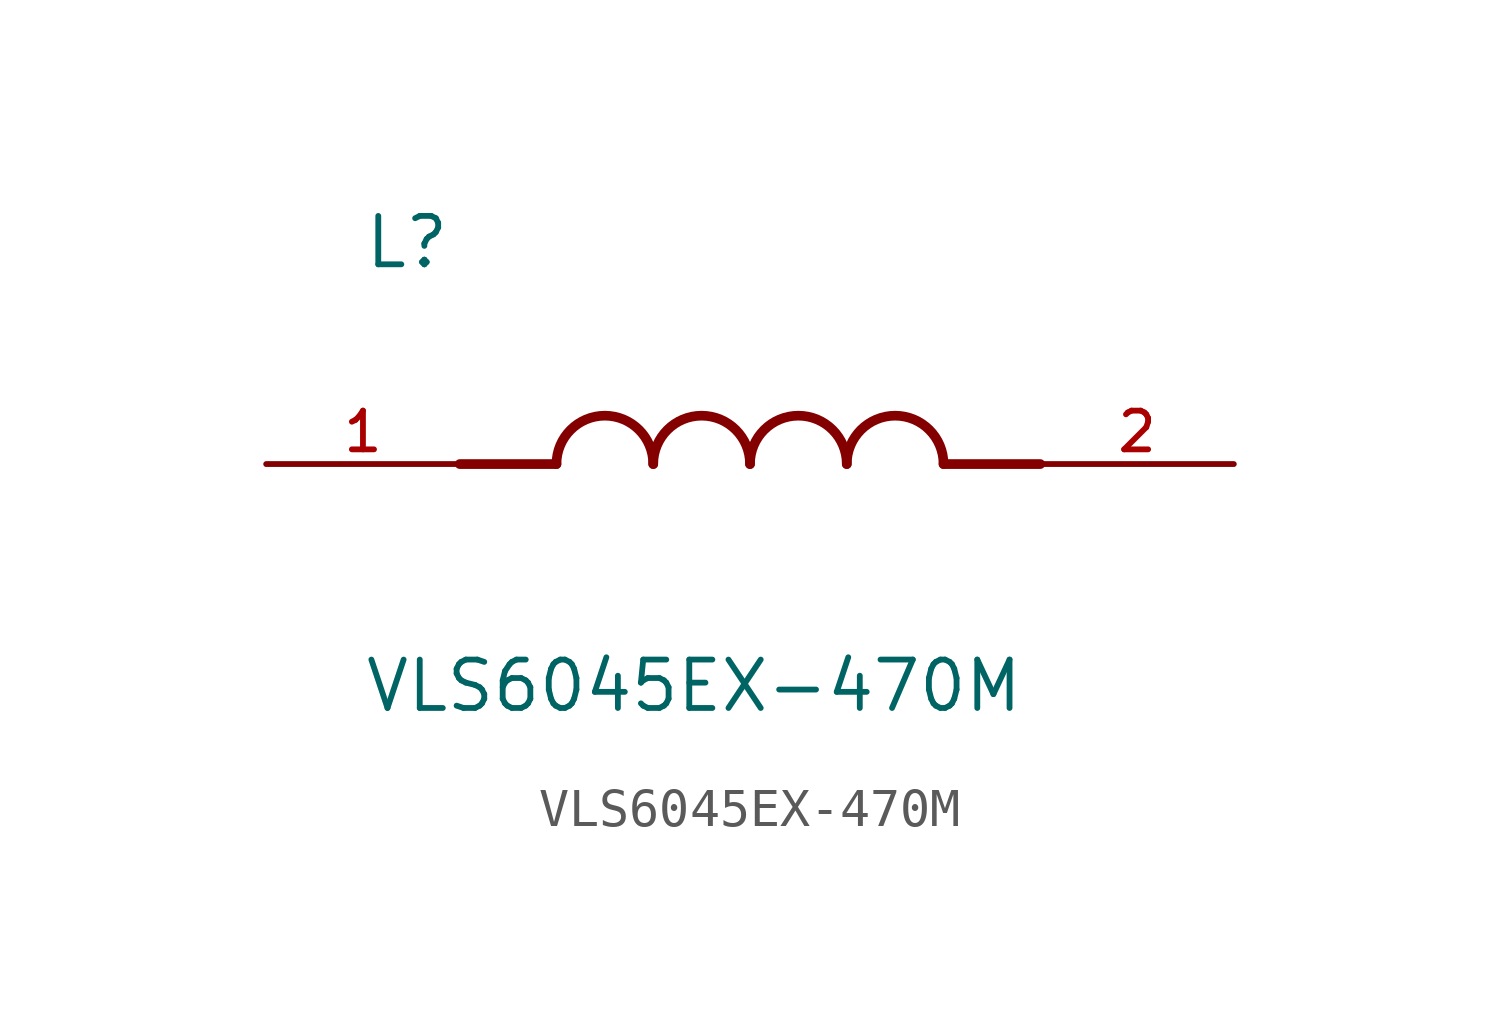
<source format=kicad_sym>
(kicad_symbol_lib
  (version 20211014)
  (generator kicad_symbol_editor)
  (symbol "VLS6045EX-470M"
    (pin_names
      (offset 1.016))
    (property "Reference" "L"
      (at -10.16 5.08 0)
      (effects (font (size 1.27 1.27)) (justify bottom left)))
    (property "Value" "VLS6045EX-470M"
      (at -10.16 -5.08 0)
      (effects (font (size 1.27 1.27)) (justify top left)))
    (symbol "VLS6045EX-470M_0_0"
      (polyline (pts (xy -5.08 0.0) (xy -7.62 0.0)) (stroke (width 0.254)))
      (polyline (pts (xy 5.08 0.0) (xy 7.62 0.0)) (stroke (width 0.254)))
      (arc (start -2.54 0.0) (mid -3.81 1.27) (end -5.08 0.0) (stroke (width 0.254) (type default) (color 0 0 0 0)) (fill (type none)))
      (arc (start 0.0 0.0) (mid -1.27 1.27) (end -2.54 0.0) (stroke (width 0.254) (type default) (color 0 0 0 0)) (fill (type none)))
      (arc (start 2.54 0.0) (mid 1.27 1.27) (end 0.0 0.0) (stroke (width 0.254) (type default) (color 0 0 0 0)) (fill (type none)))
      (arc (start 5.08 0.0) (mid 3.81 1.27) (end 2.54 0.0) (stroke (width 0.254) (type default) (color 0 0 0 0)) (fill (type none)))
      (pin passive line (at -12.7 0.0 0) (length 5.08) (name "~" (effects (font (size 1.016 1.016)))) (number "1" (effects (font (size 1.016 1.016)))))
      (pin passive line (at 12.7 0.0 180.0) (length 5.08) (name "~" (effects (font (size 1.016 1.016)))) (number "2" (effects (font (size 1.016 1.016))))))))
</source>
